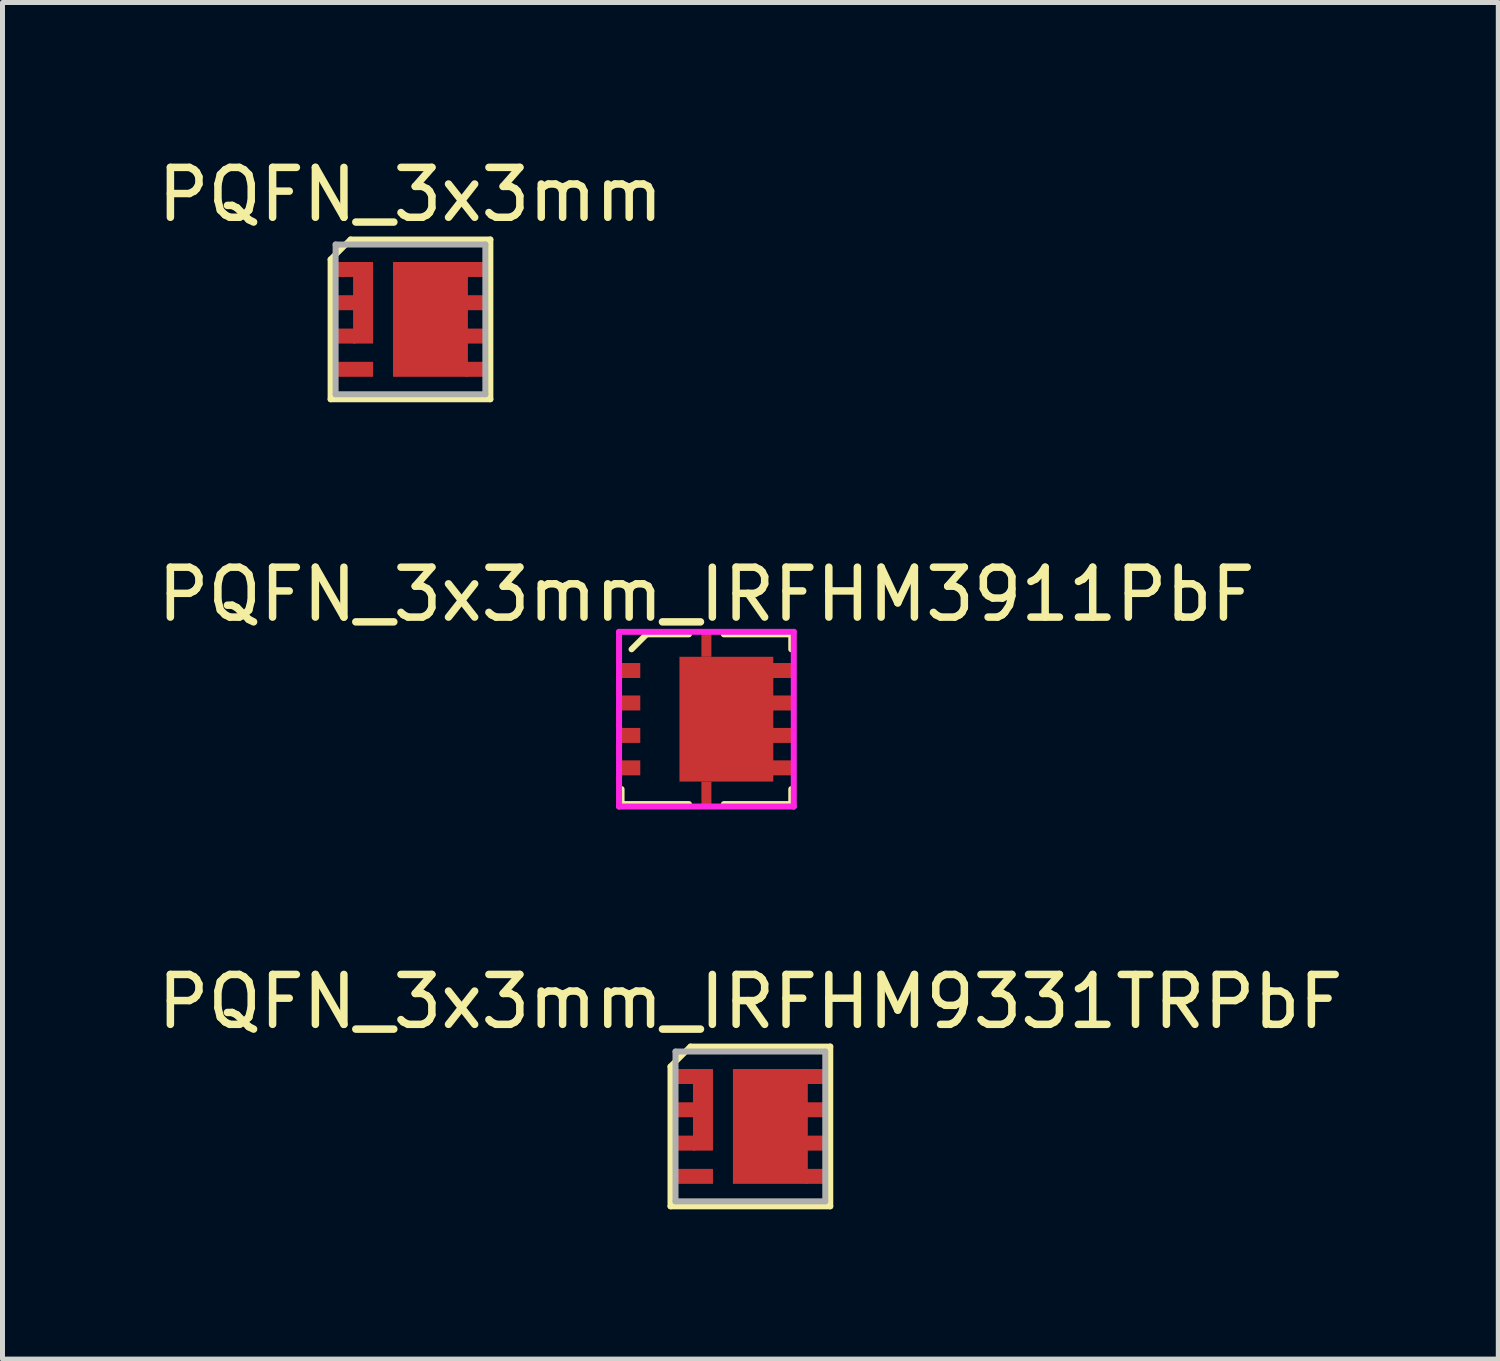
<source format=kicad_pcb>
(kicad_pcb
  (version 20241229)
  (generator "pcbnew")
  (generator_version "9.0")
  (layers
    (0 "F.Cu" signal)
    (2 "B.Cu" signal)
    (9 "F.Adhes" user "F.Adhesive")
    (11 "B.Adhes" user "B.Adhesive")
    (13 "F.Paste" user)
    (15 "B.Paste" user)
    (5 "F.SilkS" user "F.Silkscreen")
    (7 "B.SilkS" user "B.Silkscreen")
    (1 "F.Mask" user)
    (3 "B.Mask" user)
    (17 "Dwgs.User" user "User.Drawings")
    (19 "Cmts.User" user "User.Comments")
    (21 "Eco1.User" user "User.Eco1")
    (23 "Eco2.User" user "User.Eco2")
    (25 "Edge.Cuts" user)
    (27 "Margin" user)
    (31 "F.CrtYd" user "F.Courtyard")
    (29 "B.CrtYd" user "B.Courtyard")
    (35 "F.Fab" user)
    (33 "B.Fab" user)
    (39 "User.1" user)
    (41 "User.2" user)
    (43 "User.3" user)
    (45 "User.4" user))
  (footprint "PQFN_3x3mm"
    (layer "F.Cu")
    (at 5.173 3.348)
    (property "Reference" "PQFN_3x3mm" (at 0 -2.5 0) (layer "F.SilkS") (effects (font (size 1 1) (thickness 0.15))))
    (attr through_hole)
    (fp_line (start -1.6 1.6) (end -1.6 -1.2) (stroke (width 0.12) (type solid)) (layer "F.SilkS"))
    (fp_line (start -1.2 -1.6) (end -1.6 -1.2) (stroke (width 0.12) (type solid)) (layer "F.SilkS"))
    (fp_line (start -1.2 -1.6) (end 1.6 -1.6) (stroke (width 0.12) (type solid)) (layer "F.SilkS"))
    (fp_line (start 1.6 -1.6) (end 1.6 1.6) (stroke (width 0.12) (type solid)) (layer "F.SilkS"))
    (fp_line (start 1.6 1.6) (end -1.6 1.6) (stroke (width 0.12) (type solid)) (layer "F.SilkS"))
    (fp_line (start -1.5 -1.5) (end -1.5 1.5) (stroke (width 0.12) (type solid)) (layer "F.Fab"))
    (fp_line (start -1.5 -1.5) (end 1.5 -1.5) (stroke (width 0.12) (type solid)) (layer "F.Fab"))
    (fp_line (start -1.5 1.5) (end 1.5 1.5) (stroke (width 0.12) (type solid)) (layer "F.Fab"))
    (fp_line (start 1.5 -1.5) (end 1.5 1.5) (stroke (width 0.12) (type solid)) (layer "F.Fab"))
    (pad "1" smd rect (at -1.3 -1) (size 0.4 0.3) (layers "F.Cu" "F.Mask" "F.Paste"))
    (pad "1" smd rect (at -0.95 -0.333) (size 0.4 1.634) (layers "F.Cu" "F.Mask" "F.Paste"))
    (pad "2" smd rect (at -1.3 -0.334) (size 0.4 0.3) (layers "F.Cu" "F.Mask" "F.Paste"))
    (pad "3" smd rect (at -1.3 0.334) (size 0.4 0.3) (layers "F.Cu" "F.Mask" "F.Paste"))
    (pad "4" smd rect (at -1.125 1) (size 0.75 0.3) (layers "F.Cu" "F.Mask" "F.Paste"))
    (pad "5" smd rect (at 0.4 0) (size 1.5 2.3) (layers "F.Cu" "F.Mask" "F.Paste"))
    (pad "5" smd rect (at 1.3 1) (size 0.4 0.3) (layers "F.Cu" "F.Mask" "F.Paste"))
    (pad "6" smd rect (at 1.3 0.334) (size 0.4 0.3) (layers "F.Cu" "F.Mask" "F.Paste"))
    (pad "7" smd rect (at 1.3 -0.334) (size 0.4 0.3) (layers "F.Cu" "F.Mask" "F.Paste"))
    (pad "8" smd rect (at 1.3 -1) (size 0.4 0.3) (layers "F.Cu" "F.Mask" "F.Paste")))
  (footprint "PQFN_3x3mm_IRFHM3911PbF"
    (layer "F.Cu")
    (at 11.101 11.357)
    (property "Reference" "PQFN_3x3mm_IRFHM3911PbF" (at 0 -2.5 0) (layer "F.SilkS") (effects (font (size 1 1) (thickness 0.15))))
    (attr through_hole)
    (fp_line (start -1.7 1.7) (end -1.7 1.4) (stroke (width 0.12) (type solid)) (layer "F.SilkS"))
    (fp_line (start -1.2 -1.7) (end -1.5 -1.4) (stroke (width 0.12) (type solid)) (layer "F.SilkS"))
    (fp_line (start -0.35 -1.7) (end -1.2 -1.7) (stroke (width 0.12) (type solid)) (layer "F.SilkS"))
    (fp_line (start -0.35 1.7) (end -1.7 1.7) (stroke (width 0.12) (type solid)) (layer "F.SilkS"))
    (fp_line (start 1.7 -1.7) (end 0.35 -1.7) (stroke (width 0.12) (type solid)) (layer "F.SilkS"))
    (fp_line (start 1.7 -1.4) (end 1.7 -1.7) (stroke (width 0.12) (type solid)) (layer "F.SilkS"))
    (fp_line (start 1.7 1.7) (end 0.35 1.7) (stroke (width 0.12) (type solid)) (layer "F.SilkS"))
    (fp_line (start 1.7 1.7) (end 1.7 1.4) (stroke (width 0.12) (type solid)) (layer "F.SilkS"))
    (fp_line (start -1.75 -1.75) (end -1.75 1.75) (stroke (width 0.12) (type solid)) (layer "F.CrtYd"))
    (fp_line (start -1.75 -1.75) (end 1.75 -1.75) (stroke (width 0.12) (type solid)) (layer "F.CrtYd"))
    (fp_line (start -1.75 1.75) (end 1.75 1.75) (stroke (width 0.12) (type solid)) (layer "F.CrtYd"))
    (fp_line (start 1.75 -1.75) (end 1.75 1.75) (stroke (width 0.12) (type solid)) (layer "F.CrtYd"))
    (pad "1" smd rect (at -1.525 -0.975) (size 0.4 0.3) (layers "F.Cu" "F.Mask" "F.Paste"))
    (pad "2" smd rect (at -1.525 -0.325) (size 0.4 0.3) (layers "F.Cu" "F.Mask" "F.Paste"))
    (pad "3" smd rect (at -1.525 0.325) (size 0.4 0.3) (layers "F.Cu" "F.Mask" "F.Paste"))
    (pad "4" smd rect (at -1.525 0.975) (size 0.4 0.3) (layers "F.Cu" "F.Mask" "F.Paste"))
    (pad "5" smd rect (at 0 -1.5) (size 0.2 0.5) (layers "F.Cu" "F.Mask" "F.Paste"))
    (pad "5" smd rect (at 0 1.5) (size 0.2 0.5) (layers "F.Cu" "F.Mask" "F.Paste"))
    (pad "5" smd rect (at 0.4 0) (size 1.88 2.5) (layers "F.Cu" "F.Mask" "F.Paste"))
    (pad "5" smd rect (at 1.525 0.975) (size 0.4 0.3) (layers "F.Cu" "F.Mask" "F.Paste"))
    (pad "6" smd rect (at 1.525 0.325) (size 0.4 0.3) (layers "F.Cu" "F.Mask" "F.Paste"))
    (pad "7" smd rect (at 1.525 -0.325) (size 0.4 0.3) (layers "F.Cu" "F.Mask" "F.Paste"))
    (pad "8" smd rect (at 1.525 -0.975) (size 0.4 0.3) (layers "F.Cu" "F.Mask" "F.Paste")))
  (footprint "PQFN_3x3mm_IRFHM9331TRPbF"
    (layer "F.Cu")
    (at 11.982 19.515)
    (property "Reference" "PQFN_3x3mm_IRFHM9331TRPbF" (at 0 -2.5 0) (layer "F.SilkS") (effects (font (size 1 1) (thickness 0.15))))
    (attr through_hole)
    (fp_line (start -1.6 1.6) (end -1.6 -1.2) (stroke (width 0.12) (type solid)) (layer "F.SilkS"))
    (fp_line (start -1.2 -1.6) (end -1.6 -1.2) (stroke (width 0.12) (type solid)) (layer "F.SilkS"))
    (fp_line (start -1.2 -1.6) (end 1.6 -1.6) (stroke (width 0.12) (type solid)) (layer "F.SilkS"))
    (fp_line (start 1.6 -1.6) (end 1.6 1.6) (stroke (width 0.12) (type solid)) (layer "F.SilkS"))
    (fp_line (start 1.6 1.6) (end -1.6 1.6) (stroke (width 0.12) (type solid)) (layer "F.SilkS"))
    (fp_line (start -1.5 -1.5) (end -1.5 1.5) (stroke (width 0.12) (type solid)) (layer "F.Fab"))
    (fp_line (start -1.5 -1.5) (end 1.5 -1.5) (stroke (width 0.12) (type solid)) (layer "F.Fab"))
    (fp_line (start -1.5 1.5) (end 1.5 1.5) (stroke (width 0.12) (type solid)) (layer "F.Fab"))
    (fp_line (start 1.5 -1.5) (end 1.5 1.5) (stroke (width 0.12) (type solid)) (layer "F.Fab"))
    (pad "1" smd rect (at -1.3 -1) (size 0.4 0.3) (layers "F.Cu" "F.Mask" "F.Paste"))
    (pad "1" smd rect (at -0.95 -0.333) (size 0.4 1.634) (layers "F.Cu" "F.Mask" "F.Paste"))
    (pad "2" smd rect (at -1.3 -0.334) (size 0.4 0.3) (layers "F.Cu" "F.Mask" "F.Paste"))
    (pad "3" smd rect (at -1.3 0.334) (size 0.4 0.3) (layers "F.Cu" "F.Mask" "F.Paste"))
    (pad "4" smd rect (at -1.125 1) (size 0.75 0.3) (layers "F.Cu" "F.Mask" "F.Paste"))
    (pad "5" smd rect (at 0.4 0) (size 1.5 2.3) (layers "F.Cu" "F.Mask" "F.Paste"))
    (pad "5" smd rect (at 1.3 1) (size 0.4 0.3) (layers "F.Cu" "F.Mask" "F.Paste"))
    (pad "6" smd rect (at 1.3 0.334) (size 0.4 0.3) (layers "F.Cu" "F.Mask" "F.Paste"))
    (pad "7" smd rect (at 1.3 -0.334) (size 0.4 0.3) (layers "F.Cu" "F.Mask" "F.Paste"))
    (pad "8" smd rect (at 1.3 -1) (size 0.4 0.3) (layers "F.Cu" "F.Mask" "F.Paste")))
  (gr_rect
    (start -3 -3)
    (end 26.964 24.175)
    (stroke (width 0.1) (type default))
    (fill no)
    (layer "Edge.Cuts")))
</source>
